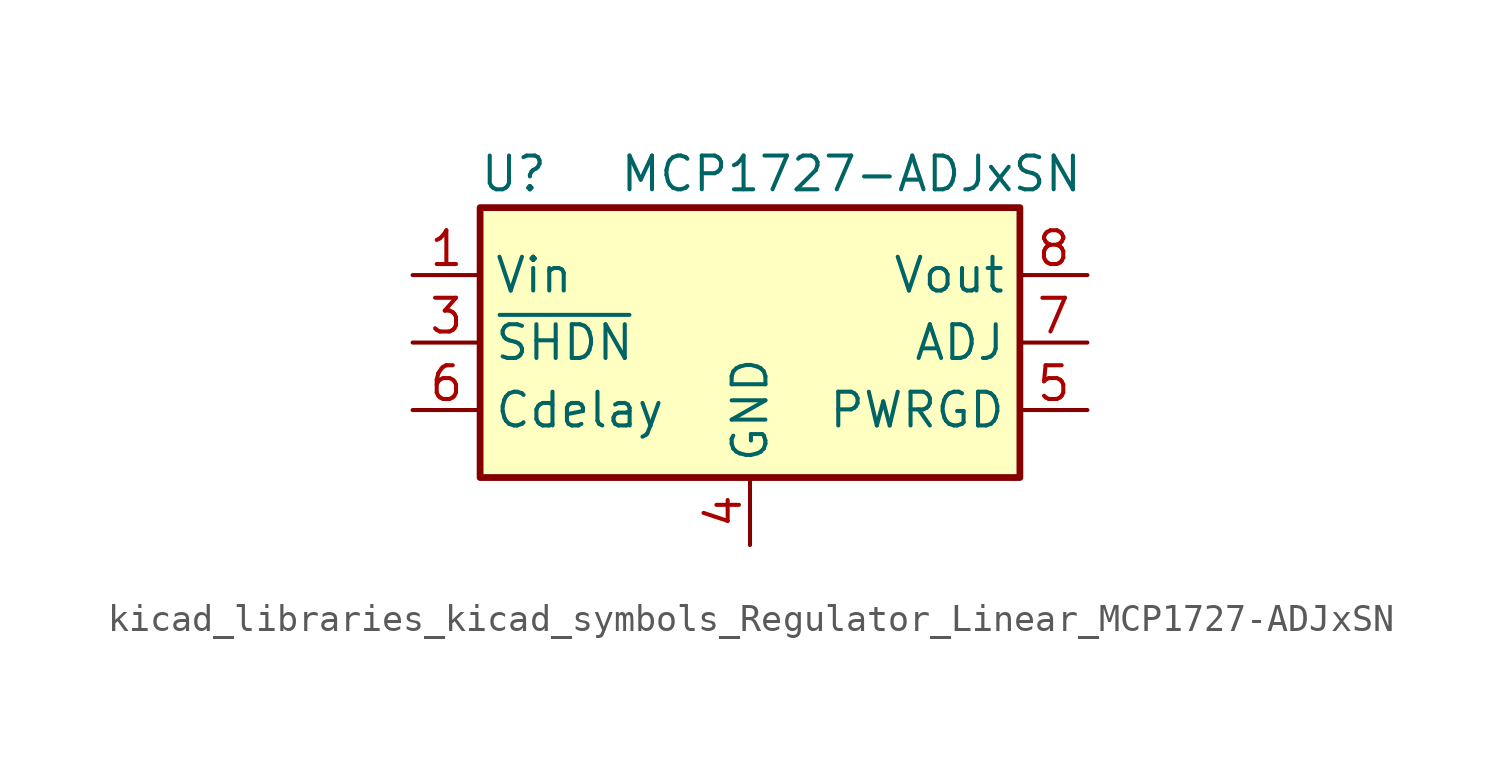
<source format=kicad_sym>
(kicad_symbol_lib
  (version 20220914)
  (generator kicad_symbol_editor)
  (symbol "kicad_libraries_kicad_symbols_Regulator_Linear_MCP1727-ADJxSN"
    (property "Reference" "U"
      (at -8.89 6.35 0)
      (effects (font (size 1.27 1.27))))
    (property "Value" "MCP1727-ADJxSN"
      (at 3.81 6.35 0)
      (effects (font (size 1.27 1.27))))
    (symbol "kicad_libraries_kicad_symbols_Regulator_Linear_MCP1727-ADJxSN_0_0"
      (pin open_collector line (at 12.7 -2.54 180) (length 2.54) (name "PWRGD" (effects (font (size 1.27 1.27)))) (number "5" (effects (font (size 1.27 1.27)))))
      (pin input line (at -12.7 -2.54 0) (length 2.54) (name "Cdelay" (effects (font (size 1.27 1.27)))) (number "6" (effects (font (size 1.27 1.27)))))
      (pin input line (at 12.7 0 180) (length 2.54) (name "ADJ" (effects (font (size 1.27 1.27)))) (number "7" (effects (font (size 1.27 1.27)))))
      (pin power_out line (at 12.7 2.54 180) (length 2.54) (name "Vout" (effects (font (size 1.27 1.27)))) (number "8" (effects (font (size 1.27 1.27))))))
    (symbol "kicad_libraries_kicad_symbols_Regulator_Linear_MCP1727-ADJxSN_0_1"
      (rectangle (start -10.16 5.08) (end 10.16 -5.08) (stroke (width 0.254) (type default)) (fill (type background))))
    (symbol "kicad_libraries_kicad_symbols_Regulator_Linear_MCP1727-ADJxSN_1_1"
      (pin power_in line (at -12.7 2.54 0) (length 2.54) (name "Vin" (effects (font (size 1.27 1.27)))) (number "1" (effects (font (size 1.27 1.27)))))
      (pin passive line (at -12.7 2.54 0) (length 2.54) hide (name "Vin" (effects (font (size 1.27 1.27)))) (number "2" (effects (font (size 1.27 1.27)))))
      (pin input line (at -12.7 0 0) (length 2.54) (name "~{SHDN}" (effects (font (size 1.27 1.27)))) (number "3" (effects (font (size 1.27 1.27)))))
      (pin power_in line (at 0 -7.62 90) (length 2.54) (name "GND" (effects (font (size 1.27 1.27)))) (number "4" (effects (font (size 1.27 1.27))))))))
</source>
